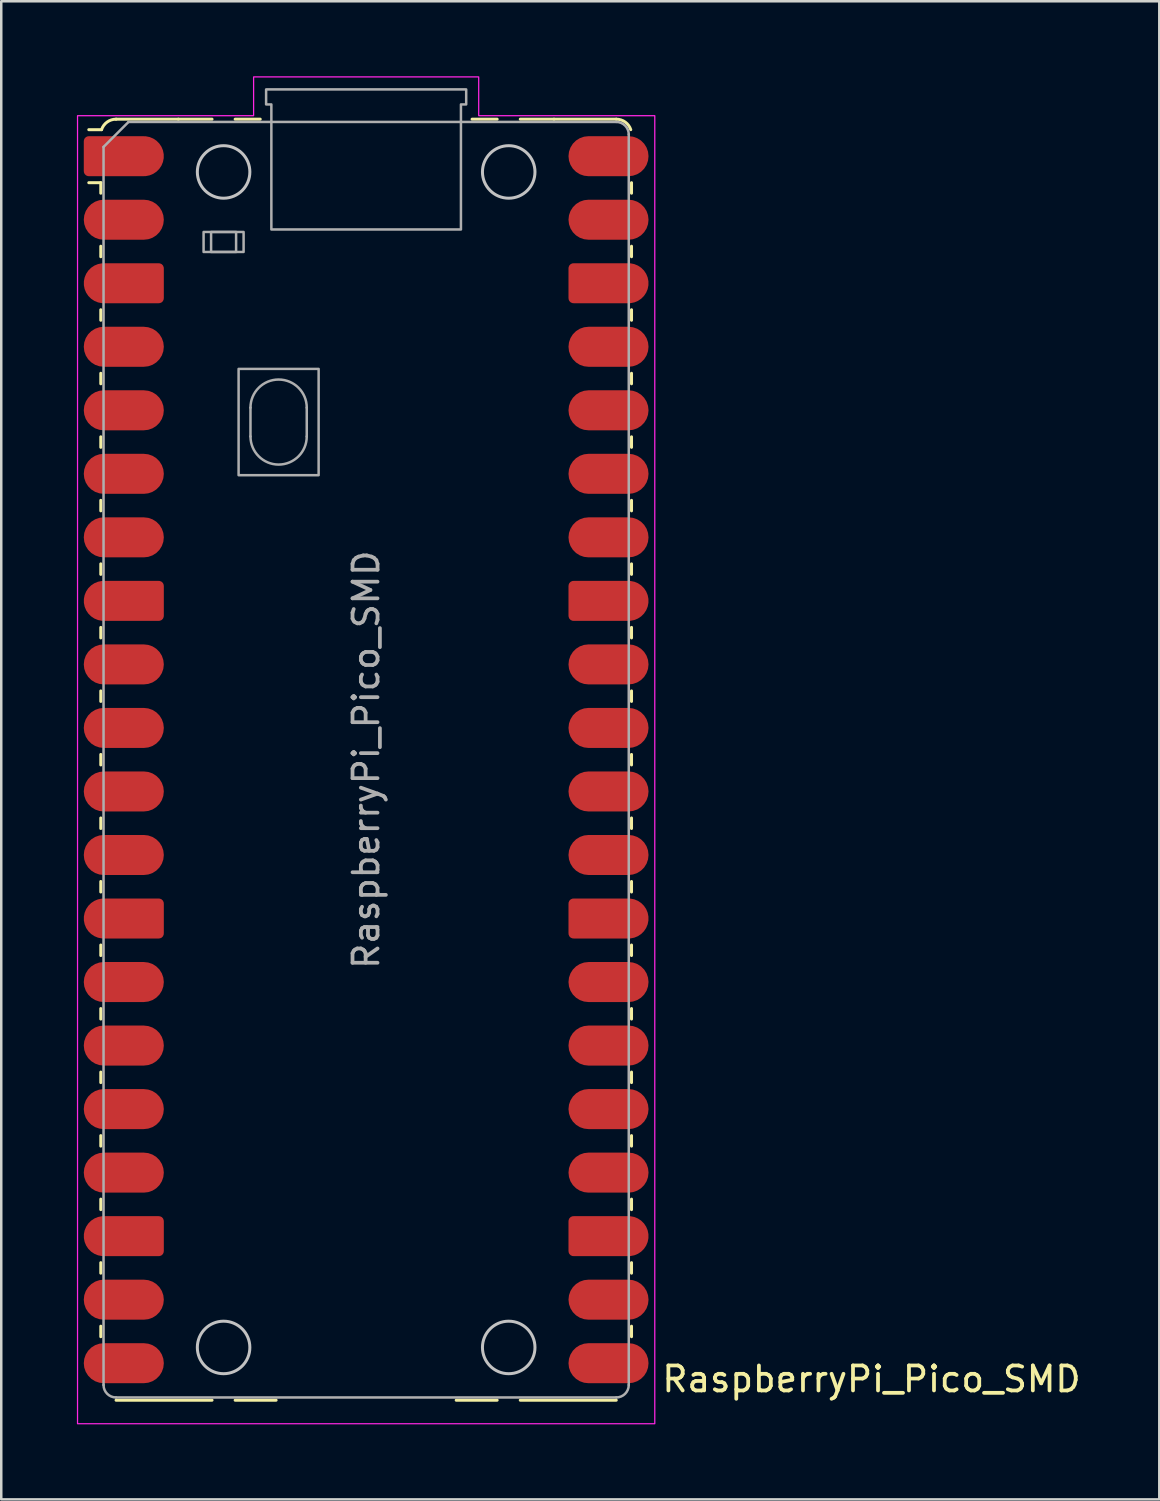
<source format=kicad_pcb>
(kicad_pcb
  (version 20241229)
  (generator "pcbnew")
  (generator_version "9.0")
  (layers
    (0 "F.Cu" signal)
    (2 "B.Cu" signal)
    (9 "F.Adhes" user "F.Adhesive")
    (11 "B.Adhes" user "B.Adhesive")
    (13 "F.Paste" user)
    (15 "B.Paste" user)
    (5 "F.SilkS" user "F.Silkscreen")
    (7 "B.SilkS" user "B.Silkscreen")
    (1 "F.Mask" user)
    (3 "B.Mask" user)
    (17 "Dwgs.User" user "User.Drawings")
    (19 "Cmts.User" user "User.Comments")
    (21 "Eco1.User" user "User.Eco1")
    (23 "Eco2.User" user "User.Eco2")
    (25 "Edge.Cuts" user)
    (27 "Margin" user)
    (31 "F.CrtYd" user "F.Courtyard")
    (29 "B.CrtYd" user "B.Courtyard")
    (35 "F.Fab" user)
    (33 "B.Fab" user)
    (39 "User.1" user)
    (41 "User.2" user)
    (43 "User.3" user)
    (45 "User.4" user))
  (footprint "RaspberryPi_Pico_SMD"
    (layer "F.Cu")
    (at 11.59 27.325)
    (property "Reference" "RaspberryPi_Pico_SMD" (at 11.748 24.765 0) (unlocked yes) (layer "F.SilkS") (effects (font (size 1 1) (thickness 0.15)) (justify left)))
    (attr smd)
    (fp_line (start -10.61 -23.07) (end -11.09 -23.07) (stroke (width 0.12) (type solid)) (layer "F.SilkS"))
    (fp_line (start -10.61 -23.07) (end -10.61 -22.65) (stroke (width 0.12) (type solid)) (layer "F.SilkS"))
    (fp_line (start -10.61 -20.53) (end -10.61 -20.11) (stroke (width 0.12) (type solid)) (layer "F.SilkS"))
    (fp_line (start -10.61 -17.99) (end -10.61 -17.57) (stroke (width 0.12) (type solid)) (layer "F.SilkS"))
    (fp_line (start -10.61 -15.45) (end -10.61 -15.03) (stroke (width 0.12) (type solid)) (layer "F.SilkS"))
    (fp_line (start -10.61 -12.91) (end -10.61 -12.49) (stroke (width 0.12) (type solid)) (layer "F.SilkS"))
    (fp_line (start -10.61 -10.37) (end -10.61 -9.95) (stroke (width 0.12) (type solid)) (layer "F.SilkS"))
    (fp_line (start -10.61 -7.83) (end -10.61 -7.41) (stroke (width 0.12) (type solid)) (layer "F.SilkS"))
    (fp_line (start -10.61 -5.29) (end -10.61 -4.87) (stroke (width 0.12) (type solid)) (layer "F.SilkS"))
    (fp_line (start -10.61 -2.75) (end -10.61 -2.33) (stroke (width 0.12) (type solid)) (layer "F.SilkS"))
    (fp_line (start -10.61 -0.21) (end -10.61 0.21) (stroke (width 0.12) (type solid)) (layer "F.SilkS"))
    (fp_line (start -10.61 2.33) (end -10.61 2.75) (stroke (width 0.12) (type solid)) (layer "F.SilkS"))
    (fp_line (start -10.61 4.87) (end -10.61 5.29) (stroke (width 0.12) (type solid)) (layer "F.SilkS"))
    (fp_line (start -10.61 7.41) (end -10.61 7.83) (stroke (width 0.12) (type solid)) (layer "F.SilkS"))
    (fp_line (start -10.61 9.95) (end -10.61 10.37) (stroke (width 0.12) (type solid)) (layer "F.SilkS"))
    (fp_line (start -10.61 12.49) (end -10.61 12.91) (stroke (width 0.12) (type solid)) (layer "F.SilkS"))
    (fp_line (start -10.61 15.03) (end -10.61 15.45) (stroke (width 0.12) (type solid)) (layer "F.SilkS"))
    (fp_line (start -10.61 17.57) (end -10.61 17.99) (stroke (width 0.12) (type solid)) (layer "F.SilkS"))
    (fp_line (start -10.61 20.11) (end -10.61 20.53) (stroke (width 0.12) (type solid)) (layer "F.SilkS"))
    (fp_line (start -10.61 22.65) (end -10.61 23.07) (stroke (width 0.12) (type solid)) (layer "F.SilkS"))
    (fp_line (start -10.58 -25.19) (end -11.09 -25.19) (stroke (width 0.12) (type solid)) (layer "F.SilkS"))
    (fp_line (start -10 -25.61) (end -7.51 -25.61) (stroke (width 0.12) (type solid)) (layer "F.SilkS"))
    (fp_line (start -10 25.61) (end -6.162 25.61) (stroke (width 0.12) (type solid)) (layer "F.SilkS"))
    (fp_line (start -7.51 -25.61) (end -6.162 -25.61) (stroke (width 0.12) (type solid)) (layer "F.SilkS"))
    (fp_line (start -5.238 -25.61) (end -4.235 -25.61) (stroke (width 0.12) (type solid)) (layer "F.SilkS"))
    (fp_line (start -3.6 25.61) (end -5.238 25.61) (stroke (width 0.12) (type solid)) (layer "F.SilkS"))
    (fp_line (start 4.235 -25.61) (end 5.238 -25.61) (stroke (width 0.12) (type solid)) (layer "F.SilkS"))
    (fp_line (start 5.238 25.61) (end 3.6 25.61) (stroke (width 0.12) (type solid)) (layer "F.SilkS"))
    (fp_line (start 6.162 -25.61) (end 7.51 -25.61) (stroke (width 0.12) (type solid)) (layer "F.SilkS"))
    (fp_line (start 6.162 25.61) (end 10 25.61) (stroke (width 0.12) (type solid)) (layer "F.SilkS"))
    (fp_line (start 10 -25.61) (end 7.51 -25.61) (stroke (width 0.12) (type solid)) (layer "F.SilkS"))
    (fp_line (start 10.61 -23.07) (end 10.61 -22.65) (stroke (width 0.12) (type solid)) (layer "F.SilkS"))
    (fp_line (start 10.61 -20.53) (end 10.61 -20.11) (stroke (width 0.12) (type solid)) (layer "F.SilkS"))
    (fp_line (start 10.61 -17.99) (end 10.61 -17.57) (stroke (width 0.12) (type solid)) (layer "F.SilkS"))
    (fp_line (start 10.61 -15.45) (end 10.61 -15.03) (stroke (width 0.12) (type solid)) (layer "F.SilkS"))
    (fp_line (start 10.61 -12.91) (end 10.61 -12.49) (stroke (width 0.12) (type solid)) (layer "F.SilkS"))
    (fp_line (start 10.61 -10.37) (end 10.61 -9.95) (stroke (width 0.12) (type solid)) (layer "F.SilkS"))
    (fp_line (start 10.61 -7.83) (end 10.61 -7.41) (stroke (width 0.12) (type solid)) (layer "F.SilkS"))
    (fp_line (start 10.61 -5.29) (end 10.61 -4.87) (stroke (width 0.12) (type solid)) (layer "F.SilkS"))
    (fp_line (start 10.61 -2.75) (end 10.61 -2.33) (stroke (width 0.12) (type solid)) (layer "F.SilkS"))
    (fp_line (start 10.61 -0.21) (end 10.61 0.21) (stroke (width 0.12) (type solid)) (layer "F.SilkS"))
    (fp_line (start 10.61 2.33) (end 10.61 2.75) (stroke (width 0.12) (type solid)) (layer "F.SilkS"))
    (fp_line (start 10.61 4.87) (end 10.61 5.29) (stroke (width 0.12) (type solid)) (layer "F.SilkS"))
    (fp_line (start 10.61 7.41) (end 10.61 7.83) (stroke (width 0.12) (type solid)) (layer "F.SilkS"))
    (fp_line (start 10.61 9.95) (end 10.61 10.37) (stroke (width 0.12) (type solid)) (layer "F.SilkS"))
    (fp_line (start 10.61 12.49) (end 10.61 12.91) (stroke (width 0.12) (type solid)) (layer "F.SilkS"))
    (fp_line (start 10.61 15.03) (end 10.61 15.45) (stroke (width 0.12) (type solid)) (layer "F.SilkS"))
    (fp_line (start 10.61 17.57) (end 10.61 17.99) (stroke (width 0.12) (type solid)) (layer "F.SilkS"))
    (fp_line (start 10.61 20.11) (end 10.61 20.53) (stroke (width 0.12) (type solid)) (layer "F.SilkS"))
    (fp_line (start 10.61 22.65) (end 10.61 23.07) (stroke (width 0.12) (type solid)) (layer "F.SilkS"))
    (fp_arc (start -10.579676 -25.19) (mid -10.357938 -25.493944) (end -10 -25.61) (stroke (width 0.12) (type solid)) (layer "F.SilkS"))
    (fp_arc (start 10 -25.61) (mid 10.357937 -25.493944) (end 10.579676 -25.189937) (stroke (width 0.12) (type solid)) (layer "F.SilkS"))
    (fp_circle (center -5.7 -23.5) (end -4.65 -23.5) (stroke (width 0.12) (type solid)) (fill no) (layer "Dwgs.User"))
    (fp_circle (center -5.7 23.5) (end -4.65 23.5) (stroke (width 0.12) (type solid)) (fill no) (layer "Dwgs.User"))
    (fp_circle (center 5.7 -23.5) (end 6.75 -23.5) (stroke (width 0.12) (type solid)) (fill no) (layer "Dwgs.User"))
    (fp_circle (center 5.7 23.5) (end 6.75 23.5) (stroke (width 0.12) (type solid)) (fill no) (layer "Dwgs.User"))
    (fp_poly (pts (xy -4.5 -27.3) (xy 4.5 -27.3) (xy 4.5 -25.75) (xy 11.54 -25.75) (xy 11.54 26.55) (xy -11.54 26.55) (xy -11.54 -25.75) (xy -4.5 -25.75)) (stroke (width 0.05) (type solid)) (fill no) (layer "F.CrtYd"))
    (fp_line (start -10.5 -24.5) (end -9.5 -25.5) (stroke (width 0.1) (type solid)) (layer "F.Fab"))
    (fp_line (start -10.5 25) (end -10.5 -24.5) (stroke (width 0.1) (type solid)) (layer "F.Fab"))
    (fp_line (start -9.5 -25.5) (end 10 -25.5) (stroke (width 0.1) (type solid)) (layer "F.Fab"))
    (fp_line (start -4.625 -14.075) (end -4.625 -12.925) (stroke (width 0.1) (type solid)) (layer "F.Fab"))
    (fp_line (start -2.375 -14.075) (end -2.375 -12.925) (stroke (width 0.1) (type solid)) (layer "F.Fab"))
    (fp_line (start 10 25.5) (end -10 25.5) (stroke (width 0.1) (type solid)) (layer "F.Fab"))
    (fp_line (start 10.5 -25) (end 10.5 25) (stroke (width 0.1) (type solid)) (layer "F.Fab"))
    (fp_rect (start -6.5 -21.1) (end -4.9 -20.3) (stroke (width 0.1) (type solid)) (fill no) (layer "F.Fab"))
    (fp_rect (start -6.2 -21.1) (end -5.2 -20.3) (stroke (width 0.1) (type solid)) (fill no) (layer "F.Fab"))
    (fp_rect (start -5.1 -15.625) (end -1.9 -11.375) (stroke (width 0.1) (type solid)) (fill no) (layer "F.Fab"))
    (fp_arc (start -10 25.5) (mid -10.353553 25.353553) (end -10.5 25) (stroke (width 0.1) (type solid)) (layer "F.Fab"))
    (fp_arc (start -4.625 -14.075) (mid -3.5 -15.2) (end -2.375 -14.075) (stroke (width 0.1) (type solid)) (layer "F.Fab"))
    (fp_arc (start -2.375 -12.925) (mid -3.5 -11.8) (end -4.625 -12.925) (stroke (width 0.1) (type solid)) (layer "F.Fab"))
    (fp_arc (start 10 -25.5) (mid 10.353553 -25.353553) (end 10.5 -25) (stroke (width 0.1) (type solid)) (layer "F.Fab"))
    (fp_arc (start 10.5 25) (mid 10.353553 25.353553) (end 10 25.5) (stroke (width 0.1) (type solid)) (layer "F.Fab"))
    (fp_poly (pts (xy 3.79 -21.2) (xy 3.79 -26.2) (xy 4 -26.2) (xy 4 -26.8) (xy -4 -26.8) (xy -4 -26.2) (xy -3.79 -26.2) (xy -3.79 -21.2)) (stroke (width 0.1) (type solid)) (fill no) (layer "F.Fab"))
    (fp_text user "${REFERENCE}" (at 0 0 90) (layer "F.Fab") (effects (font (size 1 1) (thickness 0.15))))
    (pad "" smd rect (at -8.89 -24.13) (size 3.8 2.2) (drill (offset -0.8 0)) (layers "F.Paste"))
    (pad "" smd rect (at -8.89 -21.59) (size 3.8 2.2) (drill (offset -0.8 0)) (layers "F.Paste"))
    (pad "" smd rect (at -8.89 -19.05) (size 3.8 2.2) (drill (offset -0.8 0)) (layers "F.Paste"))
    (pad "" smd rect (at -8.89 -16.51) (size 3.8 2.2) (drill (offset -0.8 0)) (layers "F.Paste"))
    (pad "" smd rect (at -8.89 -13.97) (size 3.8 2.2) (drill (offset -0.8 0)) (layers "F.Paste"))
    (pad "" smd rect (at -8.89 -11.43) (size 3.8 2.2) (drill (offset -0.8 0)) (layers "F.Paste"))
    (pad "" smd rect (at -8.89 -8.89) (size 3.8 2.2) (drill (offset -0.8 0)) (layers "F.Paste"))
    (pad "" smd rect (at -8.89 -6.35) (size 3.8 2.2) (drill (offset -0.8 0)) (layers "F.Paste"))
    (pad "" smd rect (at -8.89 -3.81) (size 3.8 2.2) (drill (offset -0.8 0)) (layers "F.Paste"))
    (pad "" smd rect (at -8.89 -1.27) (size 3.8 2.2) (drill (offset -0.8 0)) (layers "F.Paste"))
    (pad "" smd rect (at -8.89 1.27) (size 3.8 2.2) (drill (offset -0.8 0)) (layers "F.Paste"))
    (pad "" smd rect (at -8.89 3.81) (size 3.8 2.2) (drill (offset -0.8 0)) (layers "F.Paste"))
    (pad "" smd rect (at -8.89 6.35) (size 3.8 2.2) (drill (offset -0.8 0)) (layers "F.Paste"))
    (pad "" smd rect (at -8.89 8.89) (size 3.8 2.2) (drill (offset -0.8 0)) (layers "F.Paste"))
    (pad "" smd rect (at -8.89 11.43) (size 3.8 2.2) (drill (offset -0.8 0)) (layers "F.Paste"))
    (pad "" smd rect (at -8.89 13.97) (size 3.8 2.2) (drill (offset -0.8 0)) (layers "F.Paste"))
    (pad "" smd rect (at -8.89 16.51) (size 3.8 2.2) (drill (offset -0.8 0)) (layers "F.Paste"))
    (pad "" smd rect (at -8.89 19.05) (size 3.8 2.2) (drill (offset -0.8 0)) (layers "F.Paste"))
    (pad "" smd rect (at -8.89 21.59) (size 3.8 2.2) (drill (offset -0.8 0)) (layers "F.Paste"))
    (pad "" smd rect (at -8.89 24.13) (size 3.8 2.2) (drill (offset -0.8 0)) (layers "F.Paste"))
    (pad "" smd rect (at 8.89 -24.13) (size 3.8 2.2) (drill (offset 0.8 0)) (layers "F.Paste"))
    (pad "" smd rect (at 8.89 -21.59) (size 3.8 2.2) (drill (offset 0.8 0)) (layers "F.Paste"))
    (pad "" smd rect (at 8.89 -19.05) (size 3.8 2.2) (drill (offset 0.8 0)) (layers "F.Paste"))
    (pad "" smd rect (at 8.89 -16.51) (size 3.8 2.2) (drill (offset 0.8 0)) (layers "F.Paste"))
    (pad "" smd rect (at 8.89 -13.97) (size 3.8 2.2) (drill (offset 0.8 0)) (layers "F.Paste"))
    (pad "" smd rect (at 8.89 -11.43) (size 3.8 2.2) (drill (offset 0.8 0)) (layers "F.Paste"))
    (pad "" smd rect (at 8.89 -8.89) (size 3.8 2.2) (drill (offset 0.8 0)) (layers "F.Paste"))
    (pad "" smd rect (at 8.89 -6.35) (size 3.8 2.2) (drill (offset 0.8 0)) (layers "F.Paste"))
    (pad "" smd rect (at 8.89 -3.81) (size 3.8 2.2) (drill (offset 0.8 0)) (layers "F.Paste"))
    (pad "" smd rect (at 8.89 -1.27) (size 3.8 2.2) (drill (offset 0.8 0)) (layers "F.Paste"))
    (pad "" smd rect (at 8.89 1.27) (size 3.8 2.2) (drill (offset 0.8 0)) (layers "F.Paste"))
    (pad "" smd rect (at 8.89 3.81) (size 3.8 2.2) (drill (offset 0.8 0)) (layers "F.Paste"))
    (pad "" smd rect (at 8.89 6.35) (size 3.8 2.2) (drill (offset 0.8 0)) (layers "F.Paste"))
    (pad "" smd rect (at 8.89 8.89) (size 3.8 2.2) (drill (offset 0.8 0)) (layers "F.Paste"))
    (pad "" smd rect (at 8.89 11.43) (size 3.8 2.2) (drill (offset 0.8 0)) (layers "F.Paste"))
    (pad "" smd rect (at 8.89 13.97) (size 3.8 2.2) (drill (offset 0.8 0)) (layers "F.Paste"))
    (pad "" smd rect (at 8.89 16.51) (size 3.8 2.2) (drill (offset 0.8 0)) (layers "F.Paste"))
    (pad "" smd rect (at 8.89 19.05) (size 3.8 2.2) (drill (offset 0.8 0)) (layers "F.Paste"))
    (pad "" smd rect (at 8.89 21.59) (size 3.8 2.2) (drill (offset 0.8 0)) (layers "F.Paste"))
    (pad "" smd rect (at 8.89 24.13) (size 3.8 2.2) (drill (offset 0.8 0)) (layers "F.Paste"))
    (pad "1" smd custom (at -9.69 -24.13) (size 1.6 0.8) (layers "F.Cu" "F.Mask") (options (anchor rect)) (primitives (gr_circle (center 0.8 0) (end 1.6 0) (width 0) (fill yes)) (gr_poly (pts (xy -1.6 -0.6) (xy -1.6 0.6) (xy -1.4 0.8) (xy 0.8 0.8) (xy 0.8 -0.8) (xy -1.4 -0.8)) (width 0) (fill yes)) (gr_circle (center -1.4 -0.6) (end -1.2 -0.6) (width 0) (fill yes)) (gr_circle (center -1.4 0.6) (end -1.2 0.6) (width 0) (fill yes))))
    (pad "2" smd roundrect (at -9.69 -21.59) (size 3.2 1.6) (layers "F.Cu" "F.Mask") (roundrect_rratio 0.5))
    (pad "3" smd custom (at -9.69 -19.05) (size 1.6 0.8) (layers "F.Cu" "F.Mask") (options (anchor rect)) (primitives (gr_circle (center -0.8 0) (end 0 0) (width 0) (fill yes)) (gr_poly (pts (xy 1.6 -0.6) (xy 1.6 0.6) (xy 1.4 0.8) (xy -0.8 0.8) (xy -0.8 -0.8) (xy 1.4 -0.8)) (width 0) (fill yes)) (gr_circle (center 1.4 -0.6) (end 1.6 -0.6) (width 0) (fill yes)) (gr_circle (center 1.4 0.6) (end 1.6 0.6) (width 0) (fill yes))))
    (pad "4" smd roundrect (at -9.69 -16.51) (size 3.2 1.6) (layers "F.Cu" "F.Mask") (roundrect_rratio 0.5))
    (pad "5" smd roundrect (at -9.69 -13.97) (size 3.2 1.6) (layers "F.Cu" "F.Mask") (roundrect_rratio 0.5))
    (pad "6" smd roundrect (at -9.69 -11.43) (size 3.2 1.6) (layers "F.Cu" "F.Mask") (roundrect_rratio 0.5))
    (pad "7" smd roundrect (at -9.69 -8.89) (size 3.2 1.6) (layers "F.Cu" "F.Mask") (roundrect_rratio 0.5))
    (pad "8" smd custom (at -9.69 -6.35) (size 1.6 0.8) (layers "F.Cu" "F.Mask") (options (anchor rect)) (primitives (gr_circle (center -0.8 0) (end 0 0) (width 0) (fill yes)) (gr_poly (pts (xy 1.6 -0.6) (xy 1.6 0.6) (xy 1.4 0.8) (xy -0.8 0.8) (xy -0.8 -0.8) (xy 1.4 -0.8)) (width 0) (fill yes)) (gr_circle (center 1.4 -0.6) (end 1.6 -0.6) (width 0) (fill yes)) (gr_circle (center 1.4 0.6) (end 1.6 0.6) (width 0) (fill yes))))
    (pad "9" smd roundrect (at -9.69 -3.81) (size 3.2 1.6) (layers "F.Cu" "F.Mask") (roundrect_rratio 0.5))
    (pad "10" smd roundrect (at -9.69 -1.27) (size 3.2 1.6) (layers "F.Cu" "F.Mask") (roundrect_rratio 0.5))
    (pad "11" smd roundrect (at -9.69 1.27) (size 3.2 1.6) (layers "F.Cu" "F.Mask") (roundrect_rratio 0.5))
    (pad "12" smd roundrect (at -9.69 3.81) (size 3.2 1.6) (layers "F.Cu" "F.Mask") (roundrect_rratio 0.5))
    (pad "13" smd custom (at -9.69 6.35) (size 1.6 0.8) (layers "F.Cu" "F.Mask") (options (anchor rect)) (primitives (gr_circle (center -0.8 0) (end 0 0) (width 0) (fill yes)) (gr_poly (pts (xy 1.6 -0.6) (xy 1.6 0.6) (xy 1.4 0.8) (xy -0.8 0.8) (xy -0.8 -0.8) (xy 1.4 -0.8)) (width 0) (fill yes)) (gr_circle (center 1.4 -0.6) (end 1.6 -0.6) (width 0) (fill yes)) (gr_circle (center 1.4 0.6) (end 1.6 0.6) (width 0) (fill yes))))
    (pad "14" smd roundrect (at -9.69 8.89) (size 3.2 1.6) (layers "F.Cu" "F.Mask") (roundrect_rratio 0.5))
    (pad "15" smd roundrect (at -9.69 11.43) (size 3.2 1.6) (layers "F.Cu" "F.Mask") (roundrect_rratio 0.5))
    (pad "16" smd roundrect (at -9.69 13.97) (size 3.2 1.6) (layers "F.Cu" "F.Mask") (roundrect_rratio 0.5))
    (pad "17" smd roundrect (at -9.69 16.51) (size 3.2 1.6) (layers "F.Cu" "F.Mask") (roundrect_rratio 0.5))
    (pad "18" smd custom (at -9.69 19.05) (size 1.6 0.8) (layers "F.Cu" "F.Mask") (options (anchor rect)) (primitives (gr_circle (center -0.8 0) (end 0 0) (width 0) (fill yes)) (gr_poly (pts (xy 1.6 -0.6) (xy 1.6 0.6) (xy 1.4 0.8) (xy -0.8 0.8) (xy -0.8 -0.8) (xy 1.4 -0.8)) (width 0) (fill yes)) (gr_circle (center 1.4 -0.6) (end 1.6 -0.6) (width 0) (fill yes)) (gr_circle (center 1.4 0.6) (end 1.6 0.6) (width 0) (fill yes))))
    (pad "19" smd roundrect (at -9.69 21.59) (size 3.2 1.6) (layers "F.Cu" "F.Mask") (roundrect_rratio 0.5))
    (pad "20" smd roundrect (at -9.69 24.13) (size 3.2 1.6) (layers "F.Cu" "F.Mask") (roundrect_rratio 0.5))
    (pad "21" smd roundrect (at 9.69 24.13) (size 3.2 1.6) (layers "F.Cu" "F.Mask") (roundrect_rratio 0.5))
    (pad "22" smd roundrect (at 9.69 21.59) (size 3.2 1.6) (layers "F.Cu" "F.Mask") (roundrect_rratio 0.5))
    (pad "23" smd custom (at 9.69 19.05) (size 1.6 0.8) (layers "F.Cu" "F.Mask") (options (anchor rect)) (primitives (gr_circle (center 0.8 0) (end 1.6 0) (width 0) (fill yes)) (gr_poly (pts (xy -1.6 -0.6) (xy -1.6 0.6) (xy -1.4 0.8) (xy 0.8 0.8) (xy 0.8 -0.8) (xy -1.4 -0.8)) (width 0) (fill yes)) (gr_circle (center -1.4 -0.6) (end -1.2 -0.6) (width 0) (fill yes)) (gr_circle (center -1.4 0.6) (end -1.2 0.6) (width 0) (fill yes))))
    (pad "24" smd roundrect (at 9.69 16.51) (size 3.2 1.6) (layers "F.Cu" "F.Mask") (roundrect_rratio 0.5))
    (pad "25" smd roundrect (at 9.69 13.97) (size 3.2 1.6) (layers "F.Cu" "F.Mask") (roundrect_rratio 0.5))
    (pad "26" smd roundrect (at 9.69 11.43) (size 3.2 1.6) (layers "F.Cu" "F.Mask") (roundrect_rratio 0.5))
    (pad "27" smd roundrect (at 9.69 8.89) (size 3.2 1.6) (layers "F.Cu" "F.Mask") (roundrect_rratio 0.5))
    (pad "28" smd custom (at 9.69 6.35) (size 1.6 0.8) (layers "F.Cu" "F.Mask") (options (anchor rect)) (primitives (gr_circle (center 0.8 0) (end 1.6 0) (width 0) (fill yes)) (gr_poly (pts (xy -1.6 -0.6) (xy -1.6 0.6) (xy -1.4 0.8) (xy 0.8 0.8) (xy 0.8 -0.8) (xy -1.4 -0.8)) (width 0) (fill yes)) (gr_circle (center -1.4 -0.6) (end -1.2 -0.6) (width 0) (fill yes)) (gr_circle (center -1.4 0.6) (end -1.2 0.6) (width 0) (fill yes))))
    (pad "29" smd roundrect (at 9.69 3.81) (size 3.2 1.6) (layers "F.Cu" "F.Mask") (roundrect_rratio 0.5))
    (pad "30" smd roundrect (at 9.69 1.27) (size 3.2 1.6) (layers "F.Cu" "F.Mask") (roundrect_rratio 0.5))
    (pad "31" smd roundrect (at 9.69 -1.27) (size 3.2 1.6) (layers "F.Cu" "F.Mask") (roundrect_rratio 0.5))
    (pad "32" smd roundrect (at 9.69 -3.81) (size 3.2 1.6) (layers "F.Cu" "F.Mask") (roundrect_rratio 0.5))
    (pad "33" smd custom (at 9.69 -6.35) (size 1.6 0.8) (layers "F.Cu" "F.Mask") (options (anchor rect)) (primitives (gr_circle (center 0.8 0) (end 1.6 0) (width 0) (fill yes)) (gr_poly (pts (xy -1.6 -0.6) (xy -1.6 0.6) (xy -1.4 0.8) (xy 0.8 0.8) (xy 0.8 -0.8) (xy -1.4 -0.8)) (width 0) (fill yes)) (gr_circle (center -1.4 -0.6) (end -1.2 -0.6) (width 0) (fill yes)) (gr_circle (center -1.4 0.6) (end -1.2 0.6) (width 0) (fill yes))))
    (pad "34" smd roundrect (at 9.69 -8.89) (size 3.2 1.6) (layers "F.Cu" "F.Mask") (roundrect_rratio 0.5))
    (pad "35" smd roundrect (at 9.69 -11.43) (size 3.2 1.6) (layers "F.Cu" "F.Mask") (roundrect_rratio 0.5))
    (pad "36" smd roundrect (at 9.69 -13.97) (size 3.2 1.6) (layers "F.Cu" "F.Mask") (roundrect_rratio 0.5))
    (pad "37" smd roundrect (at 9.69 -16.51) (size 3.2 1.6) (layers "F.Cu" "F.Mask") (roundrect_rratio 0.5))
    (pad "38" smd custom (at 9.69 -19.05) (size 1.6 0.8) (layers "F.Cu" "F.Mask") (options (anchor rect)) (primitives (gr_circle (center 0.8 0) (end 1.6 0) (width 0) (fill yes)) (gr_poly (pts (xy -1.6 -0.6) (xy -1.6 0.6) (xy -1.4 0.8) (xy 0.8 0.8) (xy 0.8 -0.8) (xy -1.4 -0.8)) (width 0) (fill yes)) (gr_circle (center -1.4 -0.6) (end -1.2 -0.6) (width 0) (fill yes)) (gr_circle (center -1.4 0.6) (end -1.2 0.6) (width 0) (fill yes))))
    (pad "39" smd roundrect (at 9.69 -21.59) (size 3.2 1.6) (layers "F.Cu" "F.Mask") (roundrect_rratio 0.5))
    (pad "40" smd roundrect (at 9.69 -24.13) (size 3.2 1.6) (layers "F.Cu" "F.Mask") (roundrect_rratio 0.5)))
  (gr_rect
    (start -3 -3)
    (end 43.302 56.9)
    (stroke (width 0.1) (type default))
    (fill no)
    (layer "Edge.Cuts")))
</source>
